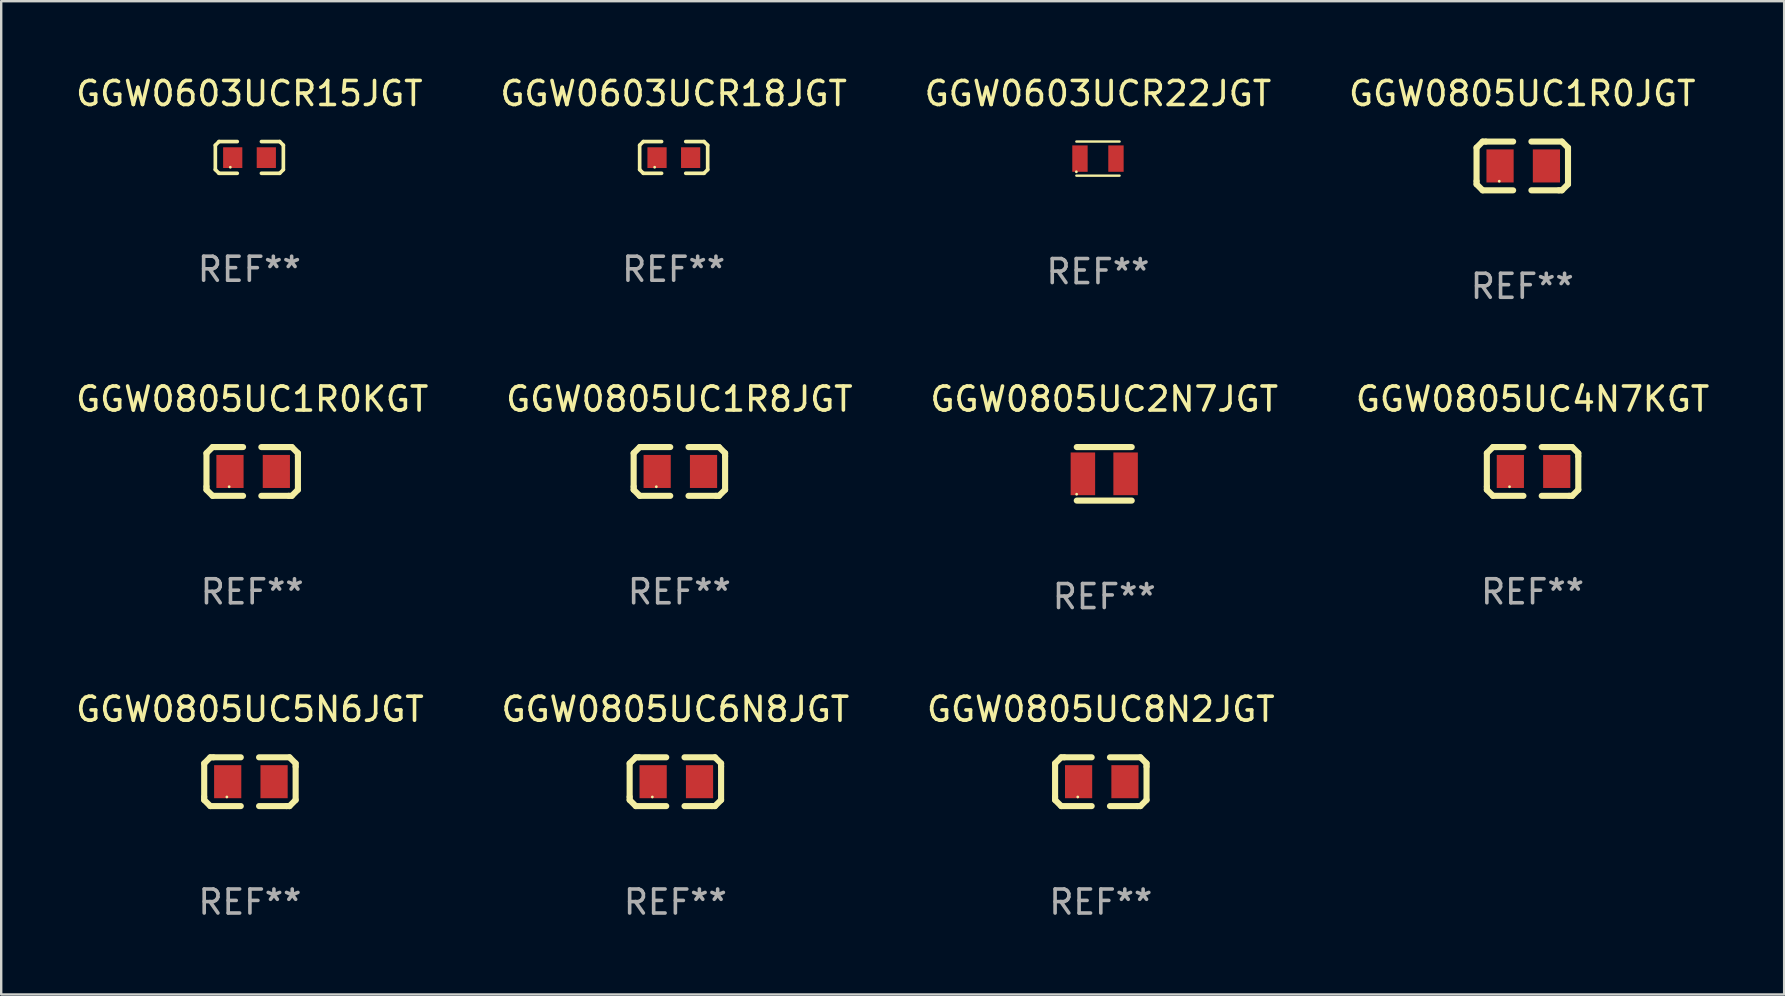
<source format=kicad_pcb>
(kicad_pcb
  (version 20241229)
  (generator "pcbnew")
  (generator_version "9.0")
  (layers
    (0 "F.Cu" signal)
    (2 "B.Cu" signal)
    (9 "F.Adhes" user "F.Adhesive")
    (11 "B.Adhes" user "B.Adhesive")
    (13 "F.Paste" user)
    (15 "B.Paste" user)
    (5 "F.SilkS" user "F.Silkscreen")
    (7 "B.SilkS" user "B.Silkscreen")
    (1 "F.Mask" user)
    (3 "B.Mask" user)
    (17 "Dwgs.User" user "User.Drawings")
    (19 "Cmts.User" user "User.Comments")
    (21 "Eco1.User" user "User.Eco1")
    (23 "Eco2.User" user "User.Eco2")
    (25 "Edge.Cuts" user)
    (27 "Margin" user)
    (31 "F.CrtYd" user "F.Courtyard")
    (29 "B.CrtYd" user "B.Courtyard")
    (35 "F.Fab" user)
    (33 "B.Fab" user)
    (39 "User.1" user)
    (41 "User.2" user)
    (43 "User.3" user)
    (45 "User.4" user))
  (footprint "GGW0805UC2N7JGT"
    (layer "F.Cu")
    (at 42.958 16.692)
    (property "Reference" "GGW0805UC2N7JGT" (at 0 -3.115 0) (layer "F.SilkS") (effects (font (size 1 1) (thickness 0.15))))
    (attr through_hole)
    (fp_line (start -1.145 -1.115) (end 1.145 -1.115) (stroke (width 0.254) (type solid)) (layer "F.SilkS"))
    (fp_line (start -1.145 1.115) (end 1.145 1.115) (stroke (width 0.254) (type solid)) (layer "F.SilkS"))
    (fp_circle (center -1.15 0.85) (end -1.12 0.85) (stroke (width 0.06) (type solid)) (fill no) (layer "F.SilkS"))
    (fp_text user "REF**" (at 0 5.115 0) (layer "F.Fab") (effects (font (size 1 1) (thickness 0.15))))
    (pad "1" smd rect (at -0.89 0 90) (size 1.78 1.02) (layers "F.Cu" "F.Mask" "F.Paste"))
    (pad "2" smd rect (at 0.89 0 90) (size 1.78 1.02) (layers "F.Cu" "F.Mask" "F.Paste")))
  (footprint "GGW0805UC5N6JGT"
    (layer "F.Cu")
    (at 7.363 29.519)
    (property "Reference" "GGW0805UC5N6JGT" (at 0 -3.016 0) (layer "F.SilkS") (effects (font (size 1 1) (thickness 0.15))))
    (attr through_hole)
    (fp_line (start -1.905 -0.762) (end -1.905 0.635) (stroke (width 0.254) (type solid)) (layer "F.SilkS"))
    (fp_line (start -1.905 0.635) (end -1.905 0.762) (stroke (width 0.254) (type solid)) (layer "F.SilkS"))
    (fp_line (start -1.905 0.762) (end -1.651 1.016) (stroke (width 0.254) (type solid)) (layer "F.SilkS"))
    (fp_line (start -1.651 -1.016) (end -1.905 -0.762) (stroke (width 0.254) (type solid)) (layer "F.SilkS"))
    (fp_line (start -1.651 1.016) (end -0.381 1.016) (stroke (width 0.254) (type solid)) (layer "F.SilkS"))
    (fp_line (start -1.524 -1.016) (end -1.651 -1.016) (stroke (width 0.254) (type solid)) (layer "F.SilkS"))
    (fp_line (start -0.381 -1.016) (end -1.524 -1.016) (stroke (width 0.254) (type solid)) (layer "F.SilkS"))
    (fp_line (start 0.381 1.016) (end 1.524 1.016) (stroke (width 0.254) (type solid)) (layer "F.SilkS"))
    (fp_line (start 1.524 1.016) (end 1.651 1.016) (stroke (width 0.254) (type solid)) (layer "F.SilkS"))
    (fp_line (start 1.651 -1.016) (end 0.381 -1.016) (stroke (width 0.254) (type solid)) (layer "F.SilkS"))
    (fp_line (start 1.651 1.016) (end 1.905 0.762) (stroke (width 0.254) (type solid)) (layer "F.SilkS"))
    (fp_line (start 1.905 -0.762) (end 1.651 -1.016) (stroke (width 0.254) (type solid)) (layer "F.SilkS"))
    (fp_line (start 1.905 -0.635) (end 1.905 -0.762) (stroke (width 0.254) (type solid)) (layer "F.SilkS"))
    (fp_line (start 1.905 0.762) (end 1.905 -0.635) (stroke (width 0.254) (type solid)) (layer "F.SilkS"))
    (fp_circle (center -0.96 0.637) (end -0.93 0.637) (stroke (width 0.06) (type solid)) (fill no) (layer "F.SilkS"))
    (fp_text user "REF**" (at 0 5.016 0) (layer "F.Fab") (effects (font (size 1 1) (thickness 0.15))))
    (pad "1" smd rect (at -0.926 -0.000051) (size 1.133 1.377) (layers "F.Cu" "F.Mask" "F.Paste"))
    (pad "2" smd rect (at 1.006 -0.000051) (size 1.133 1.377) (layers "F.Cu" "F.Mask" "F.Paste")))
  (footprint "GGW0603UCR22JGT"
    (layer "F.Cu")
    (at 42.696 3.558)
    (property "Reference" "GGW0603UCR22JGT" (at 0 -2.71 0) (layer "F.SilkS") (effects (font (size 1 1) (thickness 0.15))))
    (attr through_hole)
    (fp_line (start -0.9 -0.71) (end 0.9 -0.71) (stroke (width 0.1) (type solid)) (layer "F.SilkS"))
    (fp_line (start 0.9 0.71) (end -0.9 0.71) (stroke (width 0.1) (type solid)) (layer "F.SilkS"))
    (fp_circle (center -0.9 0.55) (end -0.87 0.55) (stroke (width 0.06) (type solid)) (fill no) (layer "F.SilkS"))
    (fp_text user "REF**" (at 0 4.71 0) (layer "F.Fab") (effects (font (size 1 1) (thickness 0.15))))
    (pad "1" smd rect (at -0.75 0) (size 0.64 1.1) (layers "F.Cu" "F.Mask" "F.Paste"))
    (pad "2" smd rect (at 0.75 0) (size 0.64 1.1) (layers "F.Cu" "F.Mask" "F.Paste")))
  (footprint "GGW0805UC8N2JGT"
    (layer "F.Cu")
    (at 42.815 29.519)
    (property "Reference" "GGW0805UC8N2JGT" (at 0 -3.016 0) (layer "F.SilkS") (effects (font (size 1 1) (thickness 0.15))))
    (attr through_hole)
    (fp_line (start -1.905 -0.762) (end -1.905 0.635) (stroke (width 0.254) (type solid)) (layer "F.SilkS"))
    (fp_line (start -1.905 0.635) (end -1.905 0.762) (stroke (width 0.254) (type solid)) (layer "F.SilkS"))
    (fp_line (start -1.905 0.762) (end -1.651 1.016) (stroke (width 0.254) (type solid)) (layer "F.SilkS"))
    (fp_line (start -1.651 -1.016) (end -1.905 -0.762) (stroke (width 0.254) (type solid)) (layer "F.SilkS"))
    (fp_line (start -1.651 1.016) (end -0.381 1.016) (stroke (width 0.254) (type solid)) (layer "F.SilkS"))
    (fp_line (start -1.524 -1.016) (end -1.651 -1.016) (stroke (width 0.254) (type solid)) (layer "F.SilkS"))
    (fp_line (start -0.381 -1.016) (end -1.524 -1.016) (stroke (width 0.254) (type solid)) (layer "F.SilkS"))
    (fp_line (start 0.381 1.016) (end 1.524 1.016) (stroke (width 0.254) (type solid)) (layer "F.SilkS"))
    (fp_line (start 1.524 1.016) (end 1.651 1.016) (stroke (width 0.254) (type solid)) (layer "F.SilkS"))
    (fp_line (start 1.651 -1.016) (end 0.381 -1.016) (stroke (width 0.254) (type solid)) (layer "F.SilkS"))
    (fp_line (start 1.651 1.016) (end 1.905 0.762) (stroke (width 0.254) (type solid)) (layer "F.SilkS"))
    (fp_line (start 1.905 -0.762) (end 1.651 -1.016) (stroke (width 0.254) (type solid)) (layer "F.SilkS"))
    (fp_line (start 1.905 -0.635) (end 1.905 -0.762) (stroke (width 0.254) (type solid)) (layer "F.SilkS"))
    (fp_line (start 1.905 0.762) (end 1.905 -0.635) (stroke (width 0.254) (type solid)) (layer "F.SilkS"))
    (fp_circle (center -0.96 0.637) (end -0.93 0.637) (stroke (width 0.06) (type solid)) (fill no) (layer "F.SilkS"))
    (fp_text user "REF**" (at 0 5.016 0) (layer "F.Fab") (effects (font (size 1 1) (thickness 0.15))))
    (pad "1" smd rect (at -0.926 -0.000051) (size 1.133 1.377) (layers "F.Cu" "F.Mask" "F.Paste"))
    (pad "2" smd rect (at 1.006 -0.000051) (size 1.133 1.377) (layers "F.Cu" "F.Mask" "F.Paste")))
  (footprint "GGW0805UC1R8JGT"
    (layer "F.Cu")
    (at 25.256 16.593)
    (property "Reference" "GGW0805UC1R8JGT" (at 0 -3.016 0) (layer "F.SilkS") (effects (font (size 1 1) (thickness 0.15))))
    (attr through_hole)
    (fp_line (start -1.905 -0.762) (end -1.905 0.635) (stroke (width 0.254) (type solid)) (layer "F.SilkS"))
    (fp_line (start -1.905 0.635) (end -1.905 0.762) (stroke (width 0.254) (type solid)) (layer "F.SilkS"))
    (fp_line (start -1.905 0.762) (end -1.651 1.016) (stroke (width 0.254) (type solid)) (layer "F.SilkS"))
    (fp_line (start -1.651 -1.016) (end -1.905 -0.762) (stroke (width 0.254) (type solid)) (layer "F.SilkS"))
    (fp_line (start -1.651 1.016) (end -0.381 1.016) (stroke (width 0.254) (type solid)) (layer "F.SilkS"))
    (fp_line (start -1.524 -1.016) (end -1.651 -1.016) (stroke (width 0.254) (type solid)) (layer "F.SilkS"))
    (fp_line (start -0.381 -1.016) (end -1.524 -1.016) (stroke (width 0.254) (type solid)) (layer "F.SilkS"))
    (fp_line (start 0.381 1.016) (end 1.524 1.016) (stroke (width 0.254) (type solid)) (layer "F.SilkS"))
    (fp_line (start 1.524 1.016) (end 1.651 1.016) (stroke (width 0.254) (type solid)) (layer "F.SilkS"))
    (fp_line (start 1.651 -1.016) (end 0.381 -1.016) (stroke (width 0.254) (type solid)) (layer "F.SilkS"))
    (fp_line (start 1.651 1.016) (end 1.905 0.762) (stroke (width 0.254) (type solid)) (layer "F.SilkS"))
    (fp_line (start 1.905 -0.762) (end 1.651 -1.016) (stroke (width 0.254) (type solid)) (layer "F.SilkS"))
    (fp_line (start 1.905 -0.635) (end 1.905 -0.762) (stroke (width 0.254) (type solid)) (layer "F.SilkS"))
    (fp_line (start 1.905 0.762) (end 1.905 -0.635) (stroke (width 0.254) (type solid)) (layer "F.SilkS"))
    (fp_circle (center -0.96 0.637) (end -0.93 0.637) (stroke (width 0.06) (type solid)) (fill no) (layer "F.SilkS"))
    (fp_text user "REF**" (at 0 5.016 0) (layer "F.Fab") (effects (font (size 1 1) (thickness 0.15))))
    (pad "1" smd rect (at -0.926 -0.000051) (size 1.133 1.377) (layers "F.Cu" "F.Mask" "F.Paste"))
    (pad "2" smd rect (at 1.006 -0.000051) (size 1.133 1.377) (layers "F.Cu" "F.Mask" "F.Paste")))
  (footprint "GGW0805UC6N8JGT"
    (layer "F.Cu")
    (at 25.089 29.519)
    (property "Reference" "GGW0805UC6N8JGT" (at 0 -3.016 0) (layer "F.SilkS") (effects (font (size 1 1) (thickness 0.15))))
    (attr through_hole)
    (fp_line (start -1.905 -0.762) (end -1.905 0.635) (stroke (width 0.254) (type solid)) (layer "F.SilkS"))
    (fp_line (start -1.905 0.635) (end -1.905 0.762) (stroke (width 0.254) (type solid)) (layer "F.SilkS"))
    (fp_line (start -1.905 0.762) (end -1.651 1.016) (stroke (width 0.254) (type solid)) (layer "F.SilkS"))
    (fp_line (start -1.651 -1.016) (end -1.905 -0.762) (stroke (width 0.254) (type solid)) (layer "F.SilkS"))
    (fp_line (start -1.651 1.016) (end -0.381 1.016) (stroke (width 0.254) (type solid)) (layer "F.SilkS"))
    (fp_line (start -1.524 -1.016) (end -1.651 -1.016) (stroke (width 0.254) (type solid)) (layer "F.SilkS"))
    (fp_line (start -0.381 -1.016) (end -1.524 -1.016) (stroke (width 0.254) (type solid)) (layer "F.SilkS"))
    (fp_line (start 0.381 1.016) (end 1.524 1.016) (stroke (width 0.254) (type solid)) (layer "F.SilkS"))
    (fp_line (start 1.524 1.016) (end 1.651 1.016) (stroke (width 0.254) (type solid)) (layer "F.SilkS"))
    (fp_line (start 1.651 -1.016) (end 0.381 -1.016) (stroke (width 0.254) (type solid)) (layer "F.SilkS"))
    (fp_line (start 1.651 1.016) (end 1.905 0.762) (stroke (width 0.254) (type solid)) (layer "F.SilkS"))
    (fp_line (start 1.905 -0.762) (end 1.651 -1.016) (stroke (width 0.254) (type solid)) (layer "F.SilkS"))
    (fp_line (start 1.905 -0.635) (end 1.905 -0.762) (stroke (width 0.254) (type solid)) (layer "F.SilkS"))
    (fp_line (start 1.905 0.762) (end 1.905 -0.635) (stroke (width 0.254) (type solid)) (layer "F.SilkS"))
    (fp_circle (center -0.96 0.637) (end -0.93 0.637) (stroke (width 0.06) (type solid)) (fill no) (layer "F.SilkS"))
    (fp_text user "REF**" (at 0 5.016 0) (layer "F.Fab") (effects (font (size 1 1) (thickness 0.15))))
    (pad "1" smd rect (at -0.926 -0.000051) (size 1.133 1.377) (layers "F.Cu" "F.Mask" "F.Paste"))
    (pad "2" smd rect (at 1.006 -0.000051) (size 1.133 1.377) (layers "F.Cu" "F.Mask" "F.Paste")))
  (footprint "GGW0805UC1R0KGT"
    (layer "F.Cu")
    (at 7.458 16.593)
    (property "Reference" "GGW0805UC1R0KGT" (at 0 -3.016 0) (layer "F.SilkS") (effects (font (size 1 1) (thickness 0.15))))
    (attr through_hole)
    (fp_line (start -1.905 -0.762) (end -1.905 0.635) (stroke (width 0.254) (type solid)) (layer "F.SilkS"))
    (fp_line (start -1.905 0.635) (end -1.905 0.762) (stroke (width 0.254) (type solid)) (layer "F.SilkS"))
    (fp_line (start -1.905 0.762) (end -1.651 1.016) (stroke (width 0.254) (type solid)) (layer "F.SilkS"))
    (fp_line (start -1.651 -1.016) (end -1.905 -0.762) (stroke (width 0.254) (type solid)) (layer "F.SilkS"))
    (fp_line (start -1.651 1.016) (end -0.381 1.016) (stroke (width 0.254) (type solid)) (layer "F.SilkS"))
    (fp_line (start -1.524 -1.016) (end -1.651 -1.016) (stroke (width 0.254) (type solid)) (layer "F.SilkS"))
    (fp_line (start -0.381 -1.016) (end -1.524 -1.016) (stroke (width 0.254) (type solid)) (layer "F.SilkS"))
    (fp_line (start 0.381 1.016) (end 1.524 1.016) (stroke (width 0.254) (type solid)) (layer "F.SilkS"))
    (fp_line (start 1.524 1.016) (end 1.651 1.016) (stroke (width 0.254) (type solid)) (layer "F.SilkS"))
    (fp_line (start 1.651 -1.016) (end 0.381 -1.016) (stroke (width 0.254) (type solid)) (layer "F.SilkS"))
    (fp_line (start 1.651 1.016) (end 1.905 0.762) (stroke (width 0.254) (type solid)) (layer "F.SilkS"))
    (fp_line (start 1.905 -0.762) (end 1.651 -1.016) (stroke (width 0.254) (type solid)) (layer "F.SilkS"))
    (fp_line (start 1.905 -0.635) (end 1.905 -0.762) (stroke (width 0.254) (type solid)) (layer "F.SilkS"))
    (fp_line (start 1.905 0.762) (end 1.905 -0.635) (stroke (width 0.254) (type solid)) (layer "F.SilkS"))
    (fp_circle (center -0.96 0.637) (end -0.93 0.637) (stroke (width 0.06) (type solid)) (fill no) (layer "F.SilkS"))
    (fp_text user "REF**" (at 0 5.016 0) (layer "F.Fab") (effects (font (size 1 1) (thickness 0.15))))
    (pad "1" smd rect (at -0.926 -0.000051) (size 1.133 1.377) (layers "F.Cu" "F.Mask" "F.Paste"))
    (pad "2" smd rect (at 1.006 -0.000051) (size 1.133 1.377) (layers "F.Cu" "F.Mask" "F.Paste")))
  (footprint "GGW0805UC4N7KGT"
    (layer "F.Cu")
    (at 60.804 16.593)
    (property "Reference" "GGW0805UC4N7KGT" (at 0 -3.016 0) (layer "F.SilkS") (effects (font (size 1 1) (thickness 0.15))))
    (attr through_hole)
    (fp_line (start -1.905 -0.762) (end -1.905 0.635) (stroke (width 0.254) (type solid)) (layer "F.SilkS"))
    (fp_line (start -1.905 0.635) (end -1.905 0.762) (stroke (width 0.254) (type solid)) (layer "F.SilkS"))
    (fp_line (start -1.905 0.762) (end -1.651 1.016) (stroke (width 0.254) (type solid)) (layer "F.SilkS"))
    (fp_line (start -1.651 -1.016) (end -1.905 -0.762) (stroke (width 0.254) (type solid)) (layer "F.SilkS"))
    (fp_line (start -1.651 1.016) (end -0.381 1.016) (stroke (width 0.254) (type solid)) (layer "F.SilkS"))
    (fp_line (start -1.524 -1.016) (end -1.651 -1.016) (stroke (width 0.254) (type solid)) (layer "F.SilkS"))
    (fp_line (start -0.381 -1.016) (end -1.524 -1.016) (stroke (width 0.254) (type solid)) (layer "F.SilkS"))
    (fp_line (start 0.381 1.016) (end 1.524 1.016) (stroke (width 0.254) (type solid)) (layer "F.SilkS"))
    (fp_line (start 1.524 1.016) (end 1.651 1.016) (stroke (width 0.254) (type solid)) (layer "F.SilkS"))
    (fp_line (start 1.651 -1.016) (end 0.381 -1.016) (stroke (width 0.254) (type solid)) (layer "F.SilkS"))
    (fp_line (start 1.651 1.016) (end 1.905 0.762) (stroke (width 0.254) (type solid)) (layer "F.SilkS"))
    (fp_line (start 1.905 -0.762) (end 1.651 -1.016) (stroke (width 0.254) (type solid)) (layer "F.SilkS"))
    (fp_line (start 1.905 -0.635) (end 1.905 -0.762) (stroke (width 0.254) (type solid)) (layer "F.SilkS"))
    (fp_line (start 1.905 0.762) (end 1.905 -0.635) (stroke (width 0.254) (type solid)) (layer "F.SilkS"))
    (fp_circle (center -0.96 0.637) (end -0.93 0.637) (stroke (width 0.06) (type solid)) (fill no) (layer "F.SilkS"))
    (fp_text user "REF**" (at 0 5.016 0) (layer "F.Fab") (effects (font (size 1 1) (thickness 0.15))))
    (pad "1" smd rect (at -0.926 -0.000051) (size 1.133 1.377) (layers "F.Cu" "F.Mask" "F.Paste"))
    (pad "2" smd rect (at 1.006 -0.000051) (size 1.133 1.377) (layers "F.Cu" "F.Mask" "F.Paste")))
  (footprint "GGW0603UCR15JGT"
    (layer "F.Cu")
    (at 7.339 3.509)
    (property "Reference" "GGW0603UCR15JGT" (at 0 -2.661 0) (layer "F.SilkS") (effects (font (size 1 1) (thickness 0.15))))
    (attr through_hole)
    (fp_line (start -1.417 -0.508) (end -1.265 -0.661) (stroke (width 0.152) (type solid)) (layer "F.SilkS"))
    (fp_line (start -1.417 0.508) (end -1.417 -0.508) (stroke (width 0.152) (type solid)) (layer "F.SilkS"))
    (fp_line (start -1.265 -0.661) (end -0.503 -0.661) (stroke (width 0.152) (type solid)) (layer "F.SilkS"))
    (fp_line (start -1.265 0.661) (end -1.417 0.508) (stroke (width 0.152) (type solid)) (layer "F.SilkS"))
    (fp_line (start -1.265 0.661) (end -0.503 0.661) (stroke (width 0.152) (type solid)) (layer "F.SilkS"))
    (fp_line (start 1.265 -0.661) (end 0.503 -0.661) (stroke (width 0.152) (type solid)) (layer "F.SilkS"))
    (fp_line (start 1.265 -0.661) (end 1.417 -0.508) (stroke (width 0.152) (type solid)) (layer "F.SilkS"))
    (fp_line (start 1.265 0.661) (end 0.503 0.661) (stroke (width 0.152) (type solid)) (layer "F.SilkS"))
    (fp_line (start 1.417 -0.508) (end 1.417 0.508) (stroke (width 0.152) (type solid)) (layer "F.SilkS"))
    (fp_line (start 1.417 0.508) (end 1.265 0.661) (stroke (width 0.152) (type solid)) (layer "F.SilkS"))
    (fp_circle (center -0.793 0.409) (end -0.763 0.409) (stroke (width 0.06) (type solid)) (fill no) (layer "F.SilkS"))
    (fp_text user "REF**" (at 0 4.661 0) (layer "F.Fab") (effects (font (size 1 1) (thickness 0.15))))
    (pad "1" smd rect (at -0.693 0.009 180) (size 0.8 0.864) (layers "F.Cu" "F.Mask" "F.Paste"))
    (pad "2" smd rect (at 0.707 0.009 180) (size 0.8 0.864) (layers "F.Cu" "F.Mask" "F.Paste")))
  (footprint "GGW0603UCR18JGT"
    (layer "F.Cu")
    (at 25.018 3.509)
    (property "Reference" "GGW0603UCR18JGT" (at 0 -2.661 0) (layer "F.SilkS") (effects (font (size 1 1) (thickness 0.15))))
    (attr through_hole)
    (fp_line (start -1.417 -0.508) (end -1.265 -0.661) (stroke (width 0.152) (type solid)) (layer "F.SilkS"))
    (fp_line (start -1.417 0.508) (end -1.417 -0.508) (stroke (width 0.152) (type solid)) (layer "F.SilkS"))
    (fp_line (start -1.265 -0.661) (end -0.503 -0.661) (stroke (width 0.152) (type solid)) (layer "F.SilkS"))
    (fp_line (start -1.265 0.661) (end -1.417 0.508) (stroke (width 0.152) (type solid)) (layer "F.SilkS"))
    (fp_line (start -1.265 0.661) (end -0.503 0.661) (stroke (width 0.152) (type solid)) (layer "F.SilkS"))
    (fp_line (start 1.265 -0.661) (end 0.503 -0.661) (stroke (width 0.152) (type solid)) (layer "F.SilkS"))
    (fp_line (start 1.265 -0.661) (end 1.417 -0.508) (stroke (width 0.152) (type solid)) (layer "F.SilkS"))
    (fp_line (start 1.265 0.661) (end 0.503 0.661) (stroke (width 0.152) (type solid)) (layer "F.SilkS"))
    (fp_line (start 1.417 -0.508) (end 1.417 0.508) (stroke (width 0.152) (type solid)) (layer "F.SilkS"))
    (fp_line (start 1.417 0.508) (end 1.265 0.661) (stroke (width 0.152) (type solid)) (layer "F.SilkS"))
    (fp_circle (center -0.793 0.409) (end -0.763 0.409) (stroke (width 0.06) (type solid)) (fill no) (layer "F.SilkS"))
    (fp_text user "REF**" (at 0 4.661 0) (layer "F.Fab") (effects (font (size 1 1) (thickness 0.15))))
    (pad "1" smd rect (at -0.693 0.009 180) (size 0.8 0.864) (layers "F.Cu" "F.Mask" "F.Paste"))
    (pad "2" smd rect (at 0.707 0.009 180) (size 0.8 0.864) (layers "F.Cu" "F.Mask" "F.Paste")))
  (footprint "GGW0805UC1R0JGT"
    (layer "F.Cu")
    (at 60.375 3.864)
    (property "Reference" "GGW0805UC1R0JGT" (at 0 -3.016 0) (layer "F.SilkS") (effects (font (size 1 1) (thickness 0.15))))
    (attr through_hole)
    (fp_line (start -1.905 -0.762) (end -1.905 0.635) (stroke (width 0.254) (type solid)) (layer "F.SilkS"))
    (fp_line (start -1.905 0.635) (end -1.905 0.762) (stroke (width 0.254) (type solid)) (layer "F.SilkS"))
    (fp_line (start -1.905 0.762) (end -1.651 1.016) (stroke (width 0.254) (type solid)) (layer "F.SilkS"))
    (fp_line (start -1.651 -1.016) (end -1.905 -0.762) (stroke (width 0.254) (type solid)) (layer "F.SilkS"))
    (fp_line (start -1.651 1.016) (end -0.381 1.016) (stroke (width 0.254) (type solid)) (layer "F.SilkS"))
    (fp_line (start -1.524 -1.016) (end -1.651 -1.016) (stroke (width 0.254) (type solid)) (layer "F.SilkS"))
    (fp_line (start -0.381 -1.016) (end -1.524 -1.016) (stroke (width 0.254) (type solid)) (layer "F.SilkS"))
    (fp_line (start 0.381 1.016) (end 1.524 1.016) (stroke (width 0.254) (type solid)) (layer "F.SilkS"))
    (fp_line (start 1.524 1.016) (end 1.651 1.016) (stroke (width 0.254) (type solid)) (layer "F.SilkS"))
    (fp_line (start 1.651 -1.016) (end 0.381 -1.016) (stroke (width 0.254) (type solid)) (layer "F.SilkS"))
    (fp_line (start 1.651 1.016) (end 1.905 0.762) (stroke (width 0.254) (type solid)) (layer "F.SilkS"))
    (fp_line (start 1.905 -0.762) (end 1.651 -1.016) (stroke (width 0.254) (type solid)) (layer "F.SilkS"))
    (fp_line (start 1.905 -0.635) (end 1.905 -0.762) (stroke (width 0.254) (type solid)) (layer "F.SilkS"))
    (fp_line (start 1.905 0.762) (end 1.905 -0.635) (stroke (width 0.254) (type solid)) (layer "F.SilkS"))
    (fp_circle (center -0.96 0.637) (end -0.93 0.637) (stroke (width 0.06) (type solid)) (fill no) (layer "F.SilkS"))
    (fp_text user "REF**" (at 0 5.016 0) (layer "F.Fab") (effects (font (size 1 1) (thickness 0.15))))
    (pad "1" smd rect (at -0.926 -0.000051) (size 1.133 1.377) (layers "F.Cu" "F.Mask" "F.Paste"))
    (pad "2" smd rect (at 1.006 -0.000051) (size 1.133 1.377) (layers "F.Cu" "F.Mask" "F.Paste")))
  (gr_rect
    (start -3 -3)
    (end 71.286 38.384)
    (stroke (width 0.1) (type default))
    (fill no)
    (layer "Edge.Cuts")))
</source>
